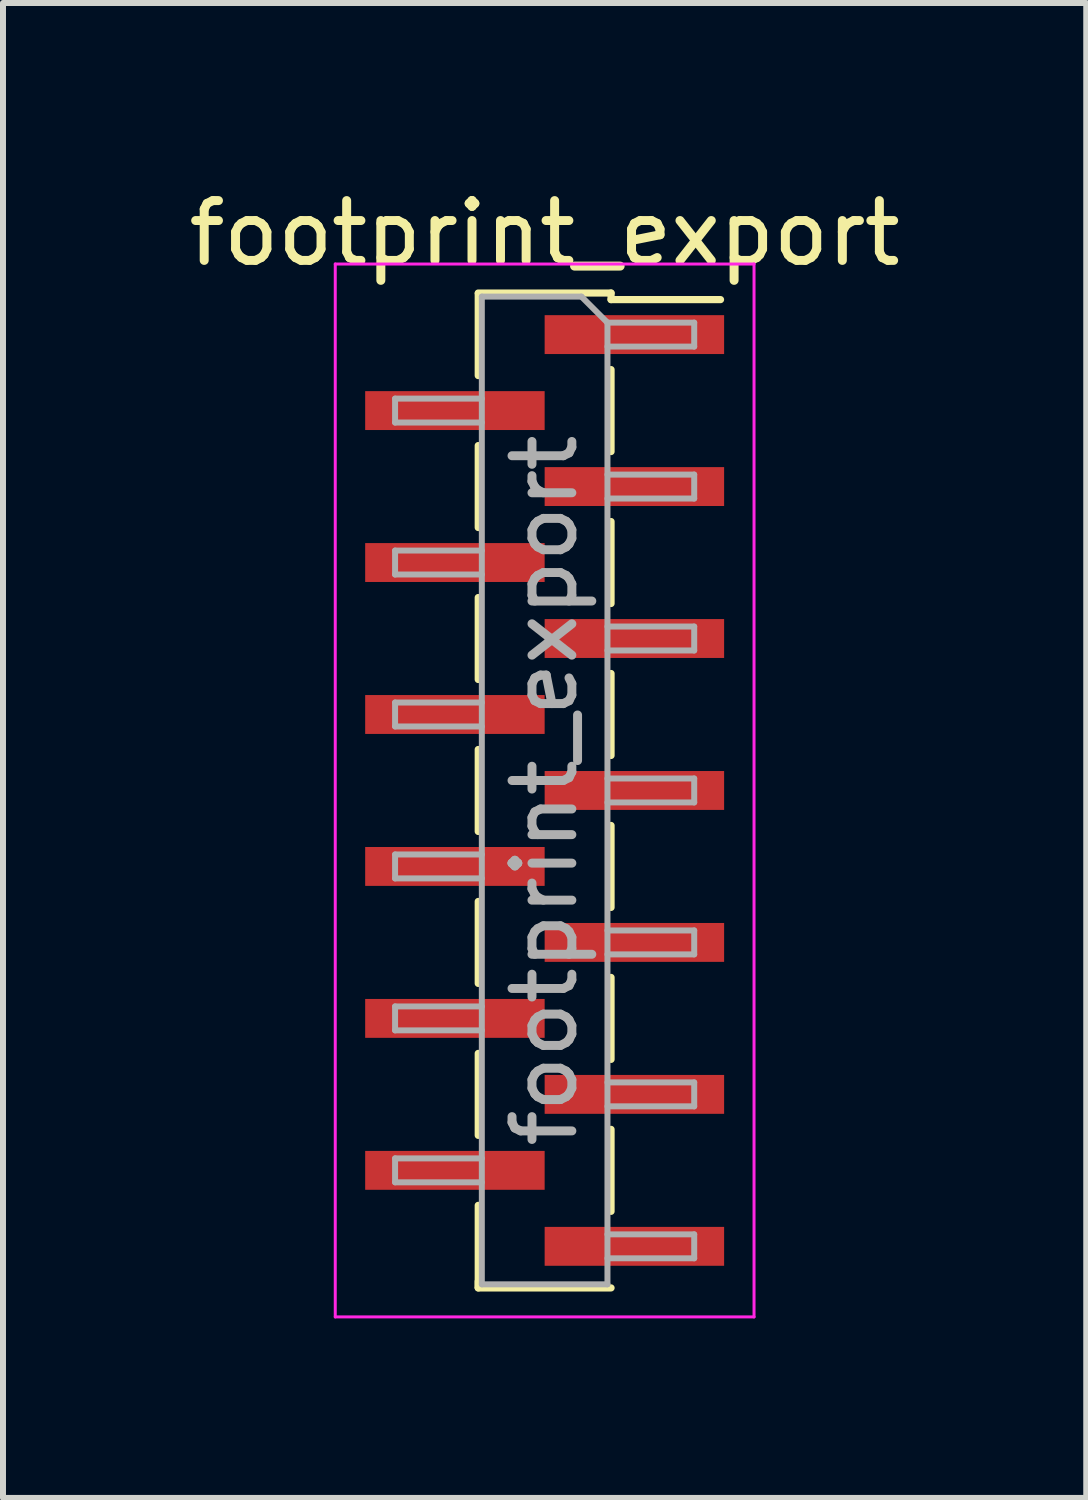
<source format=kicad_pcb>
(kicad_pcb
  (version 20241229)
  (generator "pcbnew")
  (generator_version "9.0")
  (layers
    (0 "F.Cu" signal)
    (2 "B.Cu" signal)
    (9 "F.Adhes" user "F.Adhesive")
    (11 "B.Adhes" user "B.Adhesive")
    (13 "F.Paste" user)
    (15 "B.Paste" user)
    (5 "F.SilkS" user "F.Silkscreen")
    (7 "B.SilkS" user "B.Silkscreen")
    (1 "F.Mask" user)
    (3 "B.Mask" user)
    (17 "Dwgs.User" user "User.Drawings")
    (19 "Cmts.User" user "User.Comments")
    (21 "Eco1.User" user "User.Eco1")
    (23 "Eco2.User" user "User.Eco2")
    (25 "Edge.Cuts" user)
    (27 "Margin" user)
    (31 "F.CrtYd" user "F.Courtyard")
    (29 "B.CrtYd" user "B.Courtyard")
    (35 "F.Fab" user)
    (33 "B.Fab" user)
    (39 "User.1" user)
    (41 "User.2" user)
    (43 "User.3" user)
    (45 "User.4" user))
  (footprint "footprint_export"
    (layer "F.Cu")
    (at 6.054 10.163)
    (property "Reference" "footprint_export" (at 0 -9.315 0) (layer "F.SilkS") (effects (font (size 1 1) (thickness 0.15))))
    (attr smd)
    (fp_line (start -1.11 -8.315) (end 1.11 -8.315) (stroke (width 0.12) (type solid)) (layer "F.SilkS"))
    (fp_line (start -1.11 -8.305) (end -1.11 -6.935) (stroke (width 0.12) (type solid)) (layer "F.SilkS"))
    (fp_line (start -1.11 -5.765) (end -1.11 -4.395) (stroke (width 0.12) (type solid)) (layer "F.SilkS"))
    (fp_line (start -1.11 -3.225) (end -1.11 -1.855) (stroke (width 0.12) (type solid)) (layer "F.SilkS"))
    (fp_line (start -1.11 -0.685) (end -1.11 0.685) (stroke (width 0.12) (type solid)) (layer "F.SilkS"))
    (fp_line (start -1.11 1.855) (end -1.11 3.225) (stroke (width 0.12) (type solid)) (layer "F.SilkS"))
    (fp_line (start -1.11 4.395) (end -1.11 5.765) (stroke (width 0.12) (type solid)) (layer "F.SilkS"))
    (fp_line (start -1.11 6.935) (end -1.11 8.305) (stroke (width 0.12) (type solid)) (layer "F.SilkS"))
    (fp_line (start -1.11 8.205) (end -1.11 8.315) (stroke (width 0.12) (type solid)) (layer "F.SilkS"))
    (fp_line (start -1.11 8.315) (end 1.11 8.315) (stroke (width 0.12) (type solid)) (layer "F.SilkS"))
    (fp_line (start 1.11 -8.315) (end 1.11 -8.205) (stroke (width 0.12) (type solid)) (layer "F.SilkS"))
    (fp_line (start 1.11 -8.205) (end 2.94 -8.205) (stroke (width 0.12) (type solid)) (layer "F.SilkS"))
    (fp_line (start 1.11 -7.035) (end 1.11 -5.665) (stroke (width 0.12) (type solid)) (layer "F.SilkS"))
    (fp_line (start 1.11 -4.495) (end 1.11 -3.125) (stroke (width 0.12) (type solid)) (layer "F.SilkS"))
    (fp_line (start 1.11 -1.955) (end 1.11 -0.585) (stroke (width 0.12) (type solid)) (layer "F.SilkS"))
    (fp_line (start 1.11 0.585) (end 1.11 1.955) (stroke (width 0.12) (type solid)) (layer "F.SilkS"))
    (fp_line (start 1.11 3.125) (end 1.11 4.495) (stroke (width 0.12) (type solid)) (layer "F.SilkS"))
    (fp_line (start 1.11 5.665) (end 1.11 7.035) (stroke (width 0.12) (type solid)) (layer "F.SilkS"))
    (fp_line (start -3.5 -8.8) (end -3.5 8.8) (stroke (width 0.05) (type solid)) (layer "F.CrtYd"))
    (fp_line (start -3.5 8.8) (end 3.5 8.8) (stroke (width 0.05) (type solid)) (layer "F.CrtYd"))
    (fp_line (start 3.5 -8.8) (end -3.5 -8.8) (stroke (width 0.05) (type solid)) (layer "F.CrtYd"))
    (fp_line (start 3.5 8.8) (end 3.5 -8.8) (stroke (width 0.05) (type solid)) (layer "F.CrtYd"))
    (fp_line (start -2.5 -6.55) (end -2.5 -6.15) (stroke (width 0.1) (type solid)) (layer "F.Fab"))
    (fp_line (start -2.5 -6.15) (end -1.05 -6.15) (stroke (width 0.1) (type solid)) (layer "F.Fab"))
    (fp_line (start -2.5 -4.01) (end -2.5 -3.61) (stroke (width 0.1) (type solid)) (layer "F.Fab"))
    (fp_line (start -2.5 -3.61) (end -1.05 -3.61) (stroke (width 0.1) (type solid)) (layer "F.Fab"))
    (fp_line (start -2.5 -1.47) (end -2.5 -1.07) (stroke (width 0.1) (type solid)) (layer "F.Fab"))
    (fp_line (start -2.5 -1.07) (end -1.05 -1.07) (stroke (width 0.1) (type solid)) (layer "F.Fab"))
    (fp_line (start -2.5 1.07) (end -2.5 1.47) (stroke (width 0.1) (type solid)) (layer "F.Fab"))
    (fp_line (start -2.5 1.47) (end -1.05 1.47) (stroke (width 0.1) (type solid)) (layer "F.Fab"))
    (fp_line (start -2.5 3.61) (end -2.5 4.01) (stroke (width 0.1) (type solid)) (layer "F.Fab"))
    (fp_line (start -2.5 4.01) (end -1.05 4.01) (stroke (width 0.1) (type solid)) (layer "F.Fab"))
    (fp_line (start -2.5 6.15) (end -2.5 6.55) (stroke (width 0.1) (type solid)) (layer "F.Fab"))
    (fp_line (start -2.5 6.55) (end -1.05 6.55) (stroke (width 0.1) (type solid)) (layer "F.Fab"))
    (fp_line (start -1.05 -8.255) (end -1.05 8.255) (stroke (width 0.1) (type solid)) (layer "F.Fab"))
    (fp_line (start -1.05 -8.255) (end 0.615 -8.255) (stroke (width 0.1) (type solid)) (layer "F.Fab"))
    (fp_line (start -1.05 -6.55) (end -2.5 -6.55) (stroke (width 0.1) (type solid)) (layer "F.Fab"))
    (fp_line (start -1.05 -4.01) (end -2.5 -4.01) (stroke (width 0.1) (type solid)) (layer "F.Fab"))
    (fp_line (start -1.05 -1.47) (end -2.5 -1.47) (stroke (width 0.1) (type solid)) (layer "F.Fab"))
    (fp_line (start -1.05 1.07) (end -2.5 1.07) (stroke (width 0.1) (type solid)) (layer "F.Fab"))
    (fp_line (start -1.05 3.61) (end -2.5 3.61) (stroke (width 0.1) (type solid)) (layer "F.Fab"))
    (fp_line (start -1.05 6.15) (end -2.5 6.15) (stroke (width 0.1) (type solid)) (layer "F.Fab"))
    (fp_line (start 1.05 -7.82) (end 0.615 -8.255) (stroke (width 0.1) (type solid)) (layer "F.Fab"))
    (fp_line (start 1.05 -7.82) (end 2.5 -7.82) (stroke (width 0.1) (type solid)) (layer "F.Fab"))
    (fp_line (start 1.05 -5.28) (end 2.5 -5.28) (stroke (width 0.1) (type solid)) (layer "F.Fab"))
    (fp_line (start 1.05 -2.74) (end 2.5 -2.74) (stroke (width 0.1) (type solid)) (layer "F.Fab"))
    (fp_line (start 1.05 -0.2) (end 2.5 -0.2) (stroke (width 0.1) (type solid)) (layer "F.Fab"))
    (fp_line (start 1.05 2.34) (end 2.5 2.34) (stroke (width 0.1) (type solid)) (layer "F.Fab"))
    (fp_line (start 1.05 4.88) (end 2.5 4.88) (stroke (width 0.1) (type solid)) (layer "F.Fab"))
    (fp_line (start 1.05 7.42) (end 2.5 7.42) (stroke (width 0.1) (type solid)) (layer "F.Fab"))
    (fp_line (start 1.05 8.255) (end -1.05 8.255) (stroke (width 0.1) (type solid)) (layer "F.Fab"))
    (fp_line (start 1.05 8.255) (end 1.05 -7.82) (stroke (width 0.1) (type solid)) (layer "F.Fab"))
    (fp_line (start 2.5 -7.82) (end 2.5 -7.42) (stroke (width 0.1) (type solid)) (layer "F.Fab"))
    (fp_line (start 2.5 -7.42) (end 1.05 -7.42) (stroke (width 0.1) (type solid)) (layer "F.Fab"))
    (fp_line (start 2.5 -5.28) (end 2.5 -4.88) (stroke (width 0.1) (type solid)) (layer "F.Fab"))
    (fp_line (start 2.5 -4.88) (end 1.05 -4.88) (stroke (width 0.1) (type solid)) (layer "F.Fab"))
    (fp_line (start 2.5 -2.74) (end 2.5 -2.34) (stroke (width 0.1) (type solid)) (layer "F.Fab"))
    (fp_line (start 2.5 -2.34) (end 1.05 -2.34) (stroke (width 0.1) (type solid)) (layer "F.Fab"))
    (fp_line (start 2.5 -0.2) (end 2.5 0.2) (stroke (width 0.1) (type solid)) (layer "F.Fab"))
    (fp_line (start 2.5 0.2) (end 1.05 0.2) (stroke (width 0.1) (type solid)) (layer "F.Fab"))
    (fp_line (start 2.5 2.34) (end 2.5 2.74) (stroke (width 0.1) (type solid)) (layer "F.Fab"))
    (fp_line (start 2.5 2.74) (end 1.05 2.74) (stroke (width 0.1) (type solid)) (layer "F.Fab"))
    (fp_line (start 2.5 4.88) (end 2.5 5.28) (stroke (width 0.1) (type solid)) (layer "F.Fab"))
    (fp_line (start 2.5 5.28) (end 1.05 5.28) (stroke (width 0.1) (type solid)) (layer "F.Fab"))
    (fp_line (start 2.5 7.42) (end 2.5 7.82) (stroke (width 0.1) (type solid)) (layer "F.Fab"))
    (fp_line (start 2.5 7.82) (end 1.05 7.82) (stroke (width 0.1) (type solid)) (layer "F.Fab"))
    (fp_text user "${REFERENCE}" (at 0 0 90) (layer "F.Fab") (effects (font (size 1 1) (thickness 0.15))))
    (pad "1" smd rect (at 1.5 -7.62) (size 3 0.65) (layers "F.Cu" "F.Mask" "F.Paste"))
    (pad "2" smd rect (at -1.5 -6.35) (size 3 0.65) (layers "F.Cu" "F.Mask" "F.Paste"))
    (pad "3" smd rect (at 1.5 -5.08) (size 3 0.65) (layers "F.Cu" "F.Mask" "F.Paste"))
    (pad "4" smd rect (at -1.5 -3.81) (size 3 0.65) (layers "F.Cu" "F.Mask" "F.Paste"))
    (pad "5" smd rect (at 1.5 -2.54) (size 3 0.65) (layers "F.Cu" "F.Mask" "F.Paste"))
    (pad "6" smd rect (at -1.5 -1.27) (size 3 0.65) (layers "F.Cu" "F.Mask" "F.Paste"))
    (pad "7" smd rect (at 1.5 0) (size 3 0.65) (layers "F.Cu" "F.Mask" "F.Paste"))
    (pad "8" smd rect (at -1.5 1.27) (size 3 0.65) (layers "F.Cu" "F.Mask" "F.Paste"))
    (pad "9" smd rect (at 1.5 2.54) (size 3 0.65) (layers "F.Cu" "F.Mask" "F.Paste"))
    (pad "10" smd rect (at -1.5 3.81) (size 3 0.65) (layers "F.Cu" "F.Mask" "F.Paste"))
    (pad "11" smd rect (at 1.5 5.08) (size 3 0.65) (layers "F.Cu" "F.Mask" "F.Paste"))
    (pad "12" smd rect (at -1.5 6.35) (size 3 0.65) (layers "F.Cu" "F.Mask" "F.Paste"))
    (pad "13" smd rect (at 1.5 7.62) (size 3 0.65) (layers "F.Cu" "F.Mask" "F.Paste")))
  (gr_rect
    (start -3 -3)
    (end 15.107 21.988)
    (stroke (width 0.1) (type default))
    (fill no)
    (layer "Edge.Cuts")))
</source>
